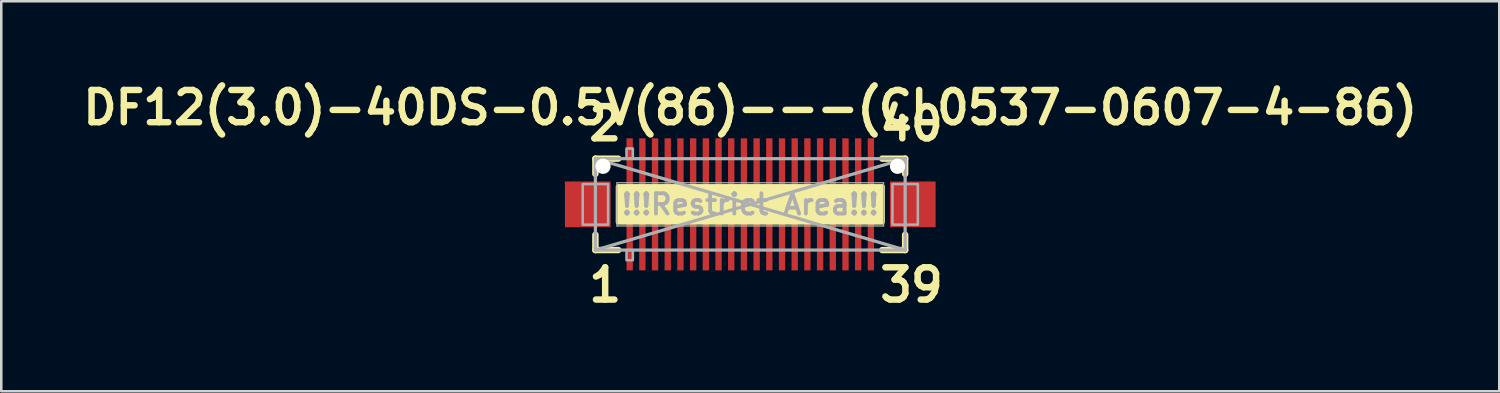
<source format=kicad_pcb>
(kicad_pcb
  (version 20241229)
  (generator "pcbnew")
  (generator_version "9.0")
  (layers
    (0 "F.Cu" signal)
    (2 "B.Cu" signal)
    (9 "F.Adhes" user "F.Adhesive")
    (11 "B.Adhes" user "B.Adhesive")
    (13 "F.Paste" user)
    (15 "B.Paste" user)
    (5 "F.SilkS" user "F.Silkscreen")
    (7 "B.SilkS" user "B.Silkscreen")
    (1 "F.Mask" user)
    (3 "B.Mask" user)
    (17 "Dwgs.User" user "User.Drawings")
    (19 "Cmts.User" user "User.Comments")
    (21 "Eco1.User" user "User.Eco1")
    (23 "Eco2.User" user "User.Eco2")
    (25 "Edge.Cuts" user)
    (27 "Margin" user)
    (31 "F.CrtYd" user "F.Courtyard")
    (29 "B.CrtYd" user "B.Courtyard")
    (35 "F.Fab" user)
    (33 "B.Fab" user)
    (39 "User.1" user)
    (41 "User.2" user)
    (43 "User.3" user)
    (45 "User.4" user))
  (footprint "DF12(3.0)-40DS-0.5V(86)---(CL0537-0607-4-86)"
    (layer "F.Cu")
    (at 26.501 4.999)
    (property "Reference" "DF12(3.0)-40DS-0.5V(86)---(CL0537-0607-4-86)" (at 0 -3.81 0) (layer "F.SilkS") (effects (font (size 1.27 1.27) (thickness 0.254))))
    (attr smd)
    (fp_line (start -6.1 -1.8) (end -6.1 -1.2) (stroke (width 0.254) (type solid)) (layer "F.SilkS"))
    (fp_line (start -6.1 1.2) (end -6.1 1.8) (stroke (width 0.254) (type solid)) (layer "F.SilkS"))
    (fp_line (start -6.1 1.8) (end -5.2 1.8) (stroke (width 0.254) (type solid)) (layer "F.SilkS"))
    (fp_line (start -5.2 -1.8) (end -6.1 -1.8) (stroke (width 0.254) (type solid)) (layer "F.SilkS"))
    (fp_line (start 5.2 1.8) (end 6.1 1.8) (stroke (width 0.254) (type solid)) (layer "F.SilkS"))
    (fp_line (start 6.1 -1.8) (end 5.2 -1.8) (stroke (width 0.254) (type solid)) (layer "F.SilkS"))
    (fp_line (start 6.1 -1.2) (end 6.1 -1.8) (stroke (width 0.254) (type solid)) (layer "F.SilkS"))
    (fp_line (start 6.1 1.8) (end 6.1 1.2) (stroke (width 0.254) (type solid)) (layer "F.SilkS"))
    (fp_poly (pts (xy 5.2 0.7) (xy -5.2 0.7) (xy -5.2 -0.7) (xy 5.2 -0.7)) (stroke (width 0.2) (type solid)) (fill yes) (layer "F.SilkS"))
    (fp_line (start -6.1 -1.8) (end 6.1 -1.8) (stroke (width 0.127) (type solid)) (layer "F.Fab"))
    (fp_line (start -6.1 -1.8) (end 6.1 1.8) (stroke (width 0.127) (type solid)) (layer "F.Fab"))
    (fp_line (start -6.1 1.8) (end -6.1 -1.8) (stroke (width 0.127) (type solid)) (layer "F.Fab"))
    (fp_line (start -5.25 -0.85) (end 5.25 -0.85) (stroke (width 0.05) (type solid)) (layer "F.Fab"))
    (fp_line (start -5.25 0.85) (end -5.25 -0.85) (stroke (width 0.05) (type solid)) (layer "F.Fab"))
    (fp_line (start 5.25 -0.85) (end 5.25 0.85) (stroke (width 0.05) (type solid)) (layer "F.Fab"))
    (fp_line (start 5.25 0.85) (end -5.25 0.85) (stroke (width 0.05) (type solid)) (layer "F.Fab"))
    (fp_line (start 6.1 -1.8) (end -6.1 1.8) (stroke (width 0.127) (type solid)) (layer "F.Fab"))
    (fp_line (start 6.1 -1.8) (end 6.1 1.8) (stroke (width 0.127) (type solid)) (layer "F.Fab"))
    (fp_line (start 6.1 1.8) (end -6.1 1.8) (stroke (width 0.127) (type solid)) (layer "F.Fab"))
    (fp_poly (pts (xy -5.6 0.8) (xy -6.6 0.8) (xy -6.6 -0.8) (xy -5.6 -0.8)) (stroke (width 0.1) (type solid)) (fill no) (layer "F.Fab"))
    (fp_poly (pts (xy -4.875 1.8) (xy -4.625 1.8) (xy -4.625 2.2) (xy -4.875 2.2)) (stroke (width 0.1) (type solid)) (fill no) (layer "F.Fab"))
    (fp_poly (pts (xy -4.625 -1.8) (xy -4.875 -1.8) (xy -4.875 -2.2) (xy -4.625 -2.2)) (stroke (width 0.1) (type solid)) (fill no) (layer "F.Fab"))
    (fp_poly (pts (xy 6.6 0.8) (xy 5.6 0.8) (xy 5.6 -0.8) (xy 6.6 -0.8)) (stroke (width 0.1) (type solid)) (fill no) (layer "F.Fab"))
    (fp_text user "40" (at 6.35 -3.175 0) (layer "F.SilkS") (effects (font (size 1.27 1.27) (thickness 0.254))))
    (fp_text user "2" (at -5.715 -3.175 0) (layer "F.SilkS") (effects (font (size 1.27 1.27) (thickness 0.254))))
    (fp_text user "1" (at -5.715 3.175 0) (layer "F.SilkS") (effects (font (size 1.27 1.27) (thickness 0.254))))
    (fp_text user "39" (at 6.35 3.175 0) (layer "F.SilkS") (effects (font (size 1.27 1.27) (thickness 0.254))))
    (fp_text user "!!!Restrict Area!!!" (at 0 0 0) (layer "F.Fab") (effects (font (size 0.8 0.8) (thickness 0.15))))
    (pad "" np_thru_hole circle (at -5.8 -1.5) (size 0.6 0.6) (drill 0.6) (layers "*.Cu" "*.Mask"))
    (pad "" smd rect (at -4.75 -1.8) (size 0.23 1.6) (layers "F.Paste"))
    (pad "" smd rect (at -4.75 -1.8) (size 0.352 1.702) (layers "F.Mask"))
    (pad "" smd rect (at -4.75 1.8) (size 0.23 1.6) (layers "F.Paste"))
    (pad "" smd rect (at -4.75 1.8) (size 0.352 1.702) (layers "F.Mask"))
    (pad "" smd rect (at -4.25 -1.8) (size 0.23 1.6) (layers "F.Paste"))
    (pad "" smd rect (at -4.25 -1.8) (size 0.352 1.702) (layers "F.Mask"))
    (pad "" smd rect (at -4.25 1.8) (size 0.23 1.6) (layers "F.Paste"))
    (pad "" smd rect (at -4.25 1.8) (size 0.352 1.702) (layers "F.Mask"))
    (pad "" smd rect (at -3.75 -1.8) (size 0.23 1.6) (layers "F.Paste"))
    (pad "" smd rect (at -3.75 -1.8) (size 0.352 1.702) (layers "F.Mask"))
    (pad "" smd rect (at -3.75 1.8) (size 0.23 1.6) (layers "F.Paste"))
    (pad "" smd rect (at -3.75 1.8) (size 0.352 1.702) (layers "F.Mask"))
    (pad "" smd rect (at -3.25 -1.8) (size 0.23 1.6) (layers "F.Paste"))
    (pad "" smd rect (at -3.25 -1.8) (size 0.352 1.702) (layers "F.Mask"))
    (pad "" smd rect (at -3.25 1.8) (size 0.23 1.6) (layers "F.Paste"))
    (pad "" smd rect (at -3.25 1.8) (size 0.352 1.702) (layers "F.Mask"))
    (pad "" smd rect (at -2.75 -1.8) (size 0.23 1.6) (layers "F.Paste"))
    (pad "" smd rect (at -2.75 -1.8) (size 0.352 1.702) (layers "F.Mask"))
    (pad "" smd rect (at -2.75 1.8) (size 0.23 1.6) (layers "F.Paste"))
    (pad "" smd rect (at -2.75 1.8) (size 0.352 1.702) (layers "F.Mask"))
    (pad "" smd rect (at -2.25 -1.8) (size 0.23 1.6) (layers "F.Paste"))
    (pad "" smd rect (at -2.25 -1.8) (size 0.352 1.702) (layers "F.Mask"))
    (pad "" smd rect (at -2.25 1.8) (size 0.23 1.6) (layers "F.Paste"))
    (pad "" smd rect (at -2.25 1.8) (size 0.352 1.702) (layers "F.Mask"))
    (pad "" smd rect (at -1.75 -1.8) (size 0.23 1.6) (layers "F.Paste"))
    (pad "" smd rect (at -1.75 -1.8) (size 0.352 1.702) (layers "F.Mask"))
    (pad "" smd rect (at -1.75 1.8) (size 0.23 1.6) (layers "F.Paste"))
    (pad "" smd rect (at -1.75 1.8) (size 0.352 1.702) (layers "F.Mask"))
    (pad "" smd rect (at -1.25 -1.8) (size 0.23 1.6) (layers "F.Paste"))
    (pad "" smd rect (at -1.25 -1.8) (size 0.352 1.702) (layers "F.Mask"))
    (pad "" smd rect (at -1.25 1.8) (size 0.23 1.6) (layers "F.Paste"))
    (pad "" smd rect (at -1.25 1.8) (size 0.352 1.702) (layers "F.Mask"))
    (pad "" smd rect (at -0.75 -1.8) (size 0.23 1.6) (layers "F.Paste"))
    (pad "" smd rect (at -0.75 -1.8) (size 0.352 1.702) (layers "F.Mask"))
    (pad "" smd rect (at -0.75 1.8) (size 0.23 1.6) (layers "F.Paste"))
    (pad "" smd rect (at -0.75 1.8) (size 0.352 1.702) (layers "F.Mask"))
    (pad "" smd rect (at -0.25 -1.8) (size 0.23 1.6) (layers "F.Paste"))
    (pad "" smd rect (at -0.25 -1.8) (size 0.352 1.702) (layers "F.Mask"))
    (pad "" smd rect (at -0.25 1.8) (size 0.23 1.6) (layers "F.Paste"))
    (pad "" smd rect (at -0.25 1.8) (size 0.352 1.702) (layers "F.Mask"))
    (pad "" smd rect (at 0.25 -1.8) (size 0.23 1.6) (layers "F.Paste"))
    (pad "" smd rect (at 0.25 -1.8) (size 0.352 1.702) (layers "F.Mask"))
    (pad "" smd rect (at 0.25 1.8) (size 0.23 1.6) (layers "F.Paste"))
    (pad "" smd rect (at 0.25 1.8) (size 0.352 1.702) (layers "F.Mask"))
    (pad "" smd rect (at 0.75 -1.8) (size 0.23 1.6) (layers "F.Paste"))
    (pad "" smd rect (at 0.75 -1.8) (size 0.352 1.702) (layers "F.Mask"))
    (pad "" smd rect (at 0.75 1.8) (size 0.23 1.6) (layers "F.Paste"))
    (pad "" smd rect (at 0.75 1.8) (size 0.352 1.702) (layers "F.Mask"))
    (pad "" smd rect (at 1.25 -1.8) (size 0.23 1.6) (layers "F.Paste"))
    (pad "" smd rect (at 1.25 -1.8) (size 0.352 1.702) (layers "F.Mask"))
    (pad "" smd rect (at 1.25 1.8) (size 0.23 1.6) (layers "F.Paste"))
    (pad "" smd rect (at 1.25 1.8) (size 0.352 1.702) (layers "F.Mask"))
    (pad "" smd rect (at 1.75 -1.8) (size 0.23 1.6) (layers "F.Paste"))
    (pad "" smd rect (at 1.75 -1.8) (size 0.352 1.702) (layers "F.Mask"))
    (pad "" smd rect (at 1.75 1.8) (size 0.23 1.6) (layers "F.Paste"))
    (pad "" smd rect (at 1.75 1.8) (size 0.352 1.702) (layers "F.Mask"))
    (pad "" smd rect (at 2.25 -1.8) (size 0.23 1.6) (layers "F.Paste"))
    (pad "" smd rect (at 2.25 -1.8) (size 0.352 1.702) (layers "F.Mask"))
    (pad "" smd rect (at 2.25 1.8) (size 0.23 1.6) (layers "F.Paste"))
    (pad "" smd rect (at 2.25 1.8) (size 0.352 1.702) (layers "F.Mask"))
    (pad "" smd rect (at 2.75 -1.8) (size 0.23 1.6) (layers "F.Paste"))
    (pad "" smd rect (at 2.75 -1.8) (size 0.352 1.702) (layers "F.Mask"))
    (pad "" smd rect (at 2.75 1.8) (size 0.23 1.6) (layers "F.Paste"))
    (pad "" smd rect (at 2.75 1.8) (size 0.352 1.702) (layers "F.Mask"))
    (pad "" smd rect (at 3.25 -1.8) (size 0.23 1.6) (layers "F.Paste"))
    (pad "" smd rect (at 3.25 -1.8) (size 0.352 1.702) (layers "F.Mask"))
    (pad "" smd rect (at 3.25 1.8) (size 0.23 1.6) (layers "F.Paste"))
    (pad "" smd rect (at 3.25 1.8) (size 0.352 1.702) (layers "F.Mask"))
    (pad "" smd rect (at 3.75 -1.8) (size 0.23 1.6) (layers "F.Paste"))
    (pad "" smd rect (at 3.75 -1.8) (size 0.352 1.702) (layers "F.Mask"))
    (pad "" smd rect (at 3.75 1.8) (size 0.23 1.6) (layers "F.Paste"))
    (pad "" smd rect (at 3.75 1.8) (size 0.352 1.702) (layers "F.Mask"))
    (pad "" smd rect (at 4.25 -1.8) (size 0.23 1.6) (layers "F.Paste"))
    (pad "" smd rect (at 4.25 -1.8) (size 0.352 1.702) (layers "F.Mask"))
    (pad "" smd rect (at 4.25 1.8) (size 0.23 1.6) (layers "F.Paste"))
    (pad "" smd rect (at 4.25 1.8) (size 0.352 1.702) (layers "F.Mask"))
    (pad "" smd rect (at 4.75 -1.8) (size 0.23 1.6) (layers "F.Paste"))
    (pad "" smd rect (at 4.75 -1.8) (size 0.352 1.702) (layers "F.Mask"))
    (pad "" smd rect (at 4.75 1.8) (size 0.23 1.6) (layers "F.Paste"))
    (pad "" smd rect (at 4.75 1.8) (size 0.352 1.702) (layers "F.Mask"))
    (pad "" np_thru_hole circle (at 5.8 -1.5) (size 0.6 0.6) (drill 0.6) (layers "*.Cu" "*.Mask"))
    (pad "0" smd rect (at -6.4 0) (size 1.8 1.8) (layers "F.Cu" "F.Mask" "F.Paste"))
    (pad "0" smd rect (at 6.4 0) (size 1.8 1.8) (layers "F.Cu" "F.Mask" "F.Paste"))
    (pad "1" smd rect (at -4.75 1.4) (size 0.25 2.4) (layers "F.Cu"))
    (pad "2" smd rect (at -4.75 -1.4) (size 0.25 2.4) (layers "F.Cu"))
    (pad "3" smd rect (at -4.25 1.4) (size 0.25 2.4) (layers "F.Cu"))
    (pad "4" smd rect (at -4.25 -1.4) (size 0.25 2.4) (layers "F.Cu"))
    (pad "5" smd rect (at -3.75 1.4) (size 0.25 2.4) (layers "F.Cu"))
    (pad "6" smd rect (at -3.75 -1.4) (size 0.25 2.4) (layers "F.Cu"))
    (pad "7" smd rect (at -3.25 1.4) (size 0.25 2.4) (layers "F.Cu"))
    (pad "8" smd rect (at -3.25 -1.4) (size 0.25 2.4) (layers "F.Cu"))
    (pad "9" smd rect (at -2.75 1.4) (size 0.25 2.4) (layers "F.Cu"))
    (pad "10" smd rect (at -2.75 -1.4) (size 0.25 2.4) (layers "F.Cu"))
    (pad "11" smd rect (at -2.25 1.4) (size 0.25 2.4) (layers "F.Cu"))
    (pad "12" smd rect (at -2.25 -1.4) (size 0.25 2.4) (layers "F.Cu"))
    (pad "13" smd rect (at -1.75 1.4) (size 0.25 2.4) (layers "F.Cu"))
    (pad "14" smd rect (at -1.75 -1.4) (size 0.25 2.4) (layers "F.Cu"))
    (pad "15" smd rect (at -1.25 1.4) (size 0.25 2.4) (layers "F.Cu"))
    (pad "16" smd rect (at -1.25 -1.4) (size 0.25 2.4) (layers "F.Cu"))
    (pad "17" smd rect (at -0.75 1.4) (size 0.25 2.4) (layers "F.Cu"))
    (pad "18" smd rect (at -0.75 -1.4) (size 0.25 2.4) (layers "F.Cu"))
    (pad "19" smd rect (at -0.25 1.4) (size 0.25 2.4) (layers "F.Cu"))
    (pad "20" smd rect (at -0.25 -1.4) (size 0.25 2.4) (layers "F.Cu"))
    (pad "21" smd rect (at 0.25 1.4) (size 0.25 2.4) (layers "F.Cu"))
    (pad "22" smd rect (at 0.25 -1.4) (size 0.25 2.4) (layers "F.Cu"))
    (pad "23" smd rect (at 0.75 1.4) (size 0.25 2.4) (layers "F.Cu"))
    (pad "24" smd rect (at 0.75 -1.4) (size 0.25 2.4) (layers "F.Cu"))
    (pad "25" smd rect (at 1.25 1.4) (size 0.25 2.4) (layers "F.Cu"))
    (pad "26" smd rect (at 1.25 -1.4) (size 0.25 2.4) (layers "F.Cu"))
    (pad "27" smd rect (at 1.75 1.4) (size 0.25 2.4) (layers "F.Cu"))
    (pad "28" smd rect (at 1.75 -1.4) (size 0.25 2.4) (layers "F.Cu"))
    (pad "29" smd rect (at 2.25 1.4) (size 0.25 2.4) (layers "F.Cu"))
    (pad "30" smd rect (at 2.25 -1.4) (size 0.25 2.4) (layers "F.Cu"))
    (pad "31" smd rect (at 2.75 1.4) (size 0.25 2.4) (layers "F.Cu"))
    (pad "32" smd rect (at 2.75 -1.4) (size 0.25 2.4) (layers "F.Cu"))
    (pad "33" smd rect (at 3.25 1.4) (size 0.25 2.4) (layers "F.Cu"))
    (pad "34" smd rect (at 3.25 -1.4) (size 0.25 2.4) (layers "F.Cu"))
    (pad "35" smd rect (at 3.75 1.4) (size 0.25 2.4) (layers "F.Cu"))
    (pad "36" smd rect (at 3.75 -1.4) (size 0.25 2.4) (layers "F.Cu"))
    (pad "37" smd rect (at 4.25 1.4) (size 0.25 2.4) (layers "F.Cu"))
    (pad "38" smd rect (at 4.25 -1.4) (size 0.25 2.4) (layers "F.Cu"))
    (pad "39" smd rect (at 4.75 1.4) (size 0.25 2.4) (layers "F.Cu"))
    (pad "40" smd rect (at 4.75 -1.4) (size 0.25 2.4) (layers "F.Cu")))
  (gr_rect
    (start -3 -3)
    (end 56.001 12.362)
    (stroke (width 0.1) (type default))
    (fill no)
    (layer "Edge.Cuts")))
</source>
